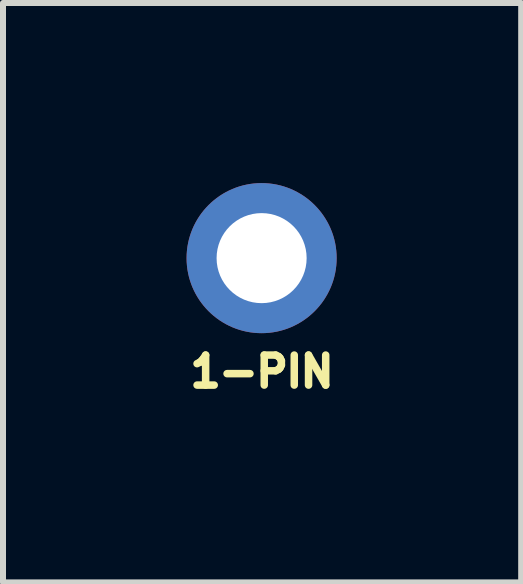
<source format=kicad_pcb>
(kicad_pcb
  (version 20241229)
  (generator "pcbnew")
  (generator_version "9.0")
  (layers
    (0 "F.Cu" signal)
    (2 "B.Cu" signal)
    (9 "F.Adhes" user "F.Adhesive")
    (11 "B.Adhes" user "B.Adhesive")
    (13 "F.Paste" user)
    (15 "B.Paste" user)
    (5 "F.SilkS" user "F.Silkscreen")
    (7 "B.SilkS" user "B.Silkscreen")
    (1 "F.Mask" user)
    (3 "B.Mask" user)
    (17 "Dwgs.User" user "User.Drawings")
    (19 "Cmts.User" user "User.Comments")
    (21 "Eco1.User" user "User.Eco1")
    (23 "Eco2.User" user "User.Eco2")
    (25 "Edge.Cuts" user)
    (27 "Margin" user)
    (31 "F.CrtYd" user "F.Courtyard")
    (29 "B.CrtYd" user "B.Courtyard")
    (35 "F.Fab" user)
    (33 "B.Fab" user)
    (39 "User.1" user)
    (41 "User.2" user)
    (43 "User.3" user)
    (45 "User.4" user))
  (footprint "1-PIN"
    (layer "F.Cu")
    (at 1.308 1.25)
    (property "Reference" "1-PIN" (at 0.008 1.89 0) (layer "F.SilkS") (effects (font (size 0.5 0.5) (thickness 0.125))))
    (attr through_hole)
    (pad "1" thru_hole circle (at 0 0) (size 2.5 2.5) (drill 1.5) (layers "*.Cu" "*.Mask")))
  (gr_rect
    (start -3 -3)
    (end 5.632 6.652)
    (stroke (width 0.1) (type default))
    (fill no)
    (layer "Edge.Cuts")))
</source>
